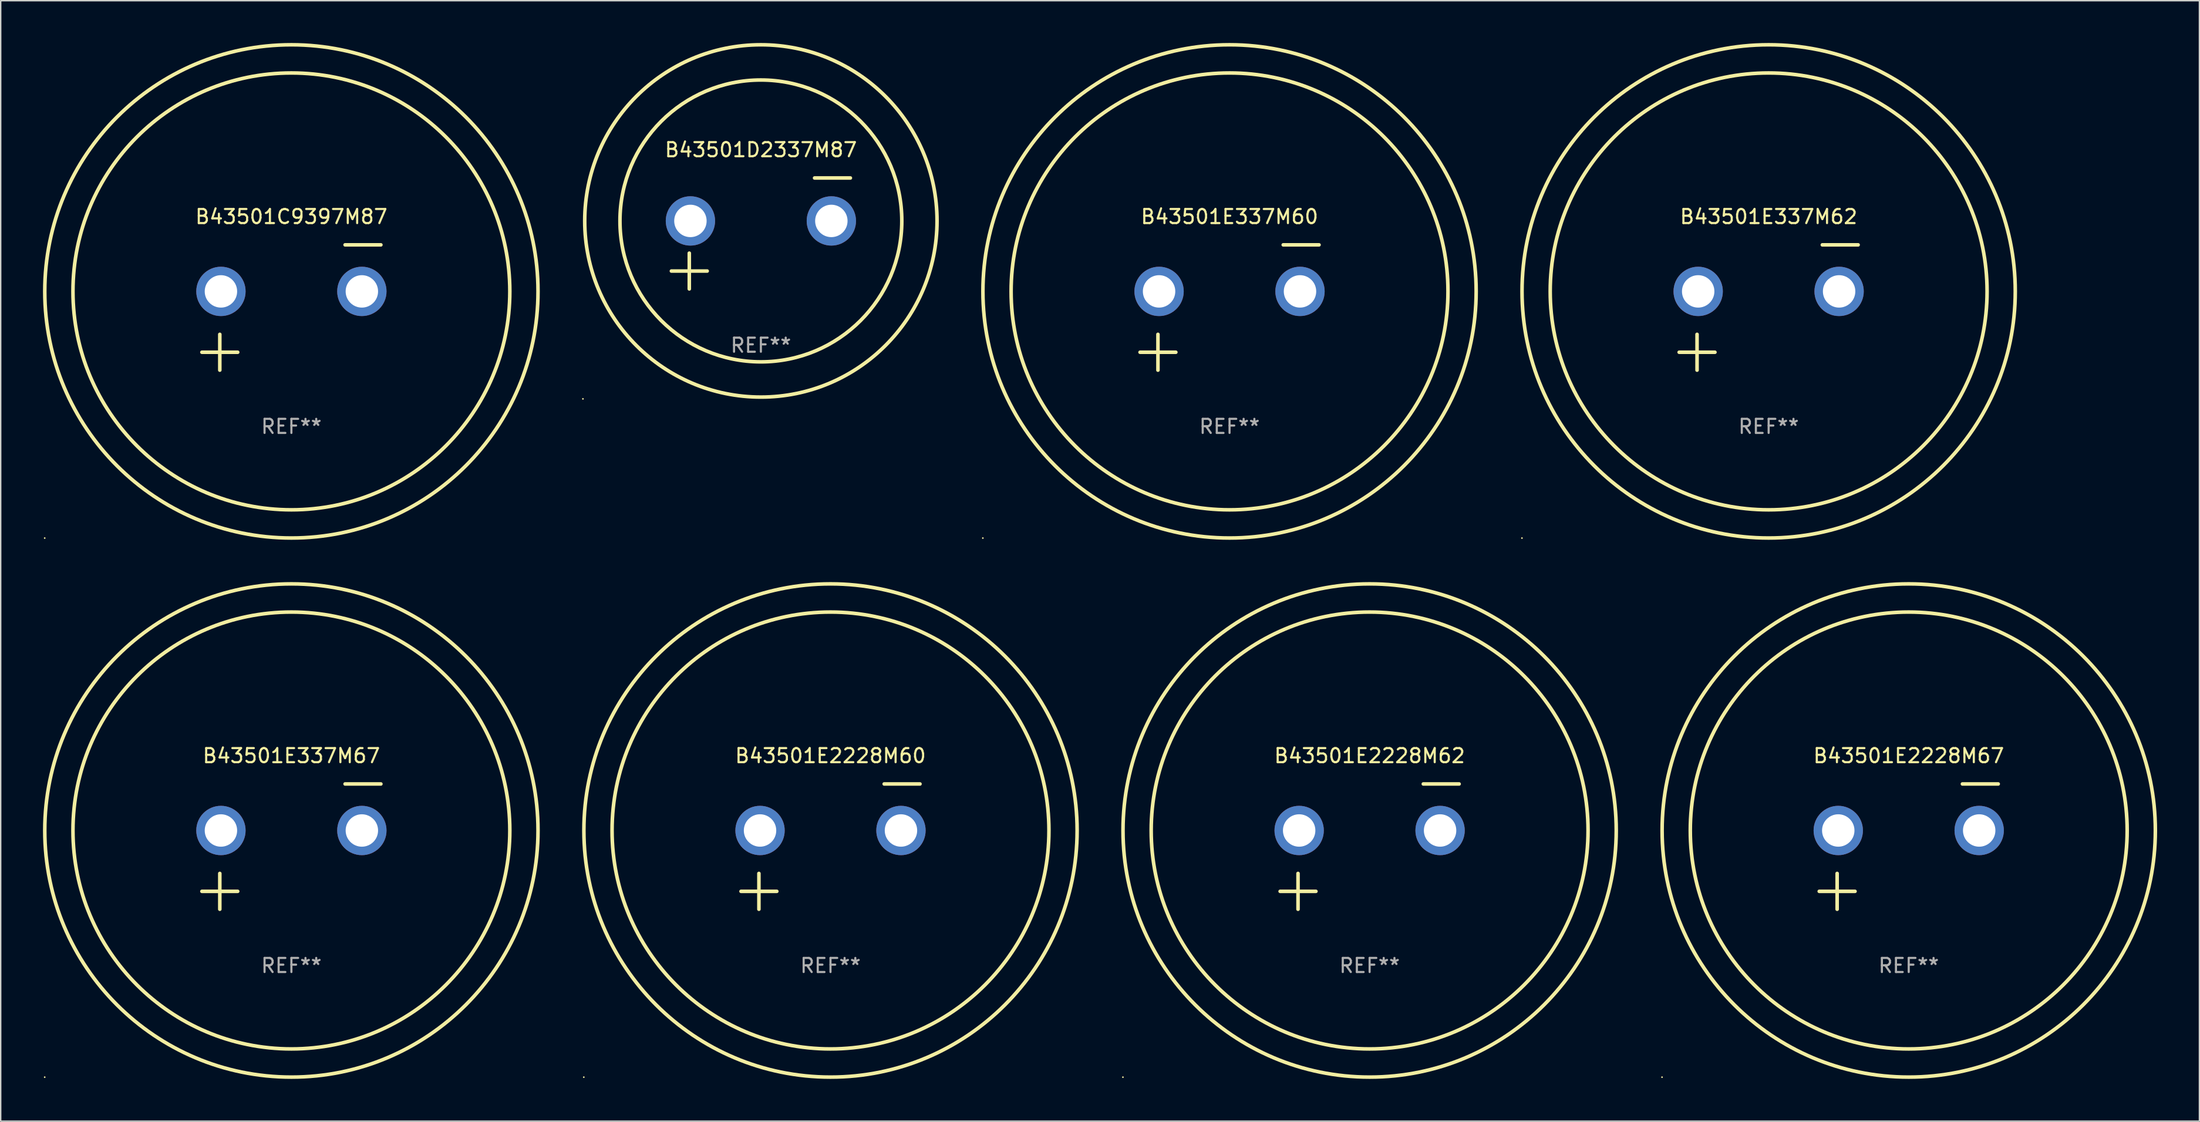
<source format=kicad_pcb>
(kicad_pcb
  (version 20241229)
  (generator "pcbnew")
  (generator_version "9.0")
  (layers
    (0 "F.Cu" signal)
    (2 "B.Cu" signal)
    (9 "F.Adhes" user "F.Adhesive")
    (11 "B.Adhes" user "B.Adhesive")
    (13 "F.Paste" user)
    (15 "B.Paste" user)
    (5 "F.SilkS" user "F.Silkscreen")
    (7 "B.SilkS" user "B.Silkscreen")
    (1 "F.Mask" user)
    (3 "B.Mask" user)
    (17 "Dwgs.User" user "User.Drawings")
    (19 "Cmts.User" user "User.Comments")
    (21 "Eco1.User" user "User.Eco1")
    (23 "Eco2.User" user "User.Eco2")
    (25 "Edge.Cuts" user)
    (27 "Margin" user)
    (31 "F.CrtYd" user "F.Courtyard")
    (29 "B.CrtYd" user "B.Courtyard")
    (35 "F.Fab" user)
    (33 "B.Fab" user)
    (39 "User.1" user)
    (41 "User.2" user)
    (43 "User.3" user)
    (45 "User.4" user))
  (footprint "B43501D2337M87"
    (layer "F.Cu")
    (at 50.941 13.516)
    (property "Reference" "B43501D2337M87" (at 0 -5.937 0) (layer "F.SilkS") (effects (font (size 1 1) (thickness 0.15))))
    (attr through_hole)
    (fp_line (start -6.35 2.667) (end -3.81 2.667) (stroke (width 0.254) (type solid)) (layer "F.SilkS"))
    (fp_line (start -5.08 1.397) (end -5.08 3.937) (stroke (width 0.254) (type solid)) (layer "F.SilkS"))
    (fp_line (start 3.81 -3.937) (end 6.35 -3.937) (stroke (width 0.254) (type solid)) (layer "F.SilkS"))
    (fp_circle (center -12.627 11.738) (end -12.597 11.738) (stroke (width 0.06) (type solid)) (fill no) (layer "F.SilkS"))
    (fp_circle (center 0 -0.889) (end 10 -0.889) (stroke (width 0.254) (type solid)) (fill no) (layer "F.SilkS"))
    (fp_circle (center 0 -0.889) (end 12.5 -0.889) (stroke (width 0.254) (type solid)) (fill no) (layer "F.SilkS"))
    (fp_text user "REF**" (at 0 7.937 0) (layer "F.Fab") (effects (font (size 1 1) (thickness 0.15))))
    (pad "1" thru_hole circle (at -5 -0.889) (size 3.5 3.5) (drill 2.3) (layers "*.Cu" "*.Mask"))
    (pad "2" thru_hole circle (at 5 -0.889) (size 3.5 3.5) (drill 2.3) (layers "*.Cu" "*.Mask")))
  (footprint "B43501E337M62"
    (layer "F.Cu")
    (at 122.45 18.77)
    (property "Reference" "B43501E337M62" (at 0 -6.445 0) (layer "F.SilkS") (effects (font (size 1 1) (thickness 0.15))))
    (attr through_hole)
    (fp_line (start -6.35 3.175) (end -3.81 3.175) (stroke (width 0.254) (type solid)) (layer "F.SilkS"))
    (fp_line (start -5.08 1.905) (end -5.08 4.445) (stroke (width 0.254) (type solid)) (layer "F.SilkS"))
    (fp_line (start 3.81 -4.445) (end 6.35 -4.445) (stroke (width 0.254) (type solid)) (layer "F.SilkS"))
    (fp_circle (center -17.505 16.362) (end -17.475 16.362) (stroke (width 0.06) (type solid)) (fill no) (layer "F.SilkS"))
    (fp_circle (center 0 -1.143) (end 15.5 -1.143) (stroke (width 0.254) (type solid)) (fill no) (layer "F.SilkS"))
    (fp_circle (center 0 -1.143) (end 17.5 -1.143) (stroke (width 0.254) (type solid)) (fill no) (layer "F.SilkS"))
    (fp_text user "REF**" (at 0 8.445 0) (layer "F.Fab") (effects (font (size 1 1) (thickness 0.15))))
    (pad "1" thru_hole circle (at -5 -1.143) (size 3.5 3.5) (drill 2.3) (layers "*.Cu" "*.Mask"))
    (pad "2" thru_hole circle (at 5 -1.143) (size 3.5 3.5) (drill 2.3) (layers "*.Cu" "*.Mask")))
  (footprint "B43501C9397M87"
    (layer "F.Cu")
    (at 17.627 18.77)
    (property "Reference" "B43501C9397M87" (at 0 -6.445 0) (layer "F.SilkS") (effects (font (size 1 1) (thickness 0.15))))
    (attr through_hole)
    (fp_line (start -6.35 3.175) (end -3.81 3.175) (stroke (width 0.254) (type solid)) (layer "F.SilkS"))
    (fp_line (start -5.08 1.905) (end -5.08 4.445) (stroke (width 0.254) (type solid)) (layer "F.SilkS"))
    (fp_line (start 3.81 -4.445) (end 6.35 -4.445) (stroke (width 0.254) (type solid)) (layer "F.SilkS"))
    (fp_circle (center -17.505 16.362) (end -17.475 16.362) (stroke (width 0.06) (type solid)) (fill no) (layer "F.SilkS"))
    (fp_circle (center 0 -1.143) (end 15.5 -1.143) (stroke (width 0.254) (type solid)) (fill no) (layer "F.SilkS"))
    (fp_circle (center 0 -1.143) (end 17.5 -1.143) (stroke (width 0.254) (type solid)) (fill no) (layer "F.SilkS"))
    (fp_text user "REF**" (at 0 8.445 0) (layer "F.Fab") (effects (font (size 1 1) (thickness 0.15))))
    (pad "1" thru_hole circle (at -5 -1.143) (size 3.5 3.5) (drill 2.3) (layers "*.Cu" "*.Mask"))
    (pad "2" thru_hole circle (at 5 -1.143) (size 3.5 3.5) (drill 2.3) (layers "*.Cu" "*.Mask")))
  (footprint "B43501E337M60"
    (layer "F.Cu")
    (at 84.196 18.77)
    (property "Reference" "B43501E337M60" (at 0 -6.445 0) (layer "F.SilkS") (effects (font (size 1 1) (thickness 0.15))))
    (attr through_hole)
    (fp_line (start -6.35 3.175) (end -3.81 3.175) (stroke (width 0.254) (type solid)) (layer "F.SilkS"))
    (fp_line (start -5.08 1.905) (end -5.08 4.445) (stroke (width 0.254) (type solid)) (layer "F.SilkS"))
    (fp_line (start 3.81 -4.445) (end 6.35 -4.445) (stroke (width 0.254) (type solid)) (layer "F.SilkS"))
    (fp_circle (center -17.505 16.362) (end -17.475 16.362) (stroke (width 0.06) (type solid)) (fill no) (layer "F.SilkS"))
    (fp_circle (center 0 -1.143) (end 15.5 -1.143) (stroke (width 0.254) (type solid)) (fill no) (layer "F.SilkS"))
    (fp_circle (center 0 -1.143) (end 17.5 -1.143) (stroke (width 0.254) (type solid)) (fill no) (layer "F.SilkS"))
    (fp_text user "REF**" (at 0 8.445 0) (layer "F.Fab") (effects (font (size 1 1) (thickness 0.15))))
    (pad "1" thru_hole circle (at -5 -1.143) (size 3.5 3.5) (drill 2.3) (layers "*.Cu" "*.Mask"))
    (pad "2" thru_hole circle (at 5 -1.143) (size 3.5 3.5) (drill 2.3) (layers "*.Cu" "*.Mask")))
  (footprint "B43501E2228M62"
    (layer "F.Cu")
    (at 94.136 57.024)
    (property "Reference" "B43501E2228M62" (at 0 -6.445 0) (layer "F.SilkS") (effects (font (size 1 1) (thickness 0.15))))
    (attr through_hole)
    (fp_line (start -6.35 3.175) (end -3.81 3.175) (stroke (width 0.254) (type solid)) (layer "F.SilkS"))
    (fp_line (start -5.08 1.905) (end -5.08 4.445) (stroke (width 0.254) (type solid)) (layer "F.SilkS"))
    (fp_line (start 3.81 -4.445) (end 6.35 -4.445) (stroke (width 0.254) (type solid)) (layer "F.SilkS"))
    (fp_circle (center -17.505 16.362) (end -17.475 16.362) (stroke (width 0.06) (type solid)) (fill no) (layer "F.SilkS"))
    (fp_circle (center 0 -1.143) (end 15.5 -1.143) (stroke (width 0.254) (type solid)) (fill no) (layer "F.SilkS"))
    (fp_circle (center 0 -1.143) (end 17.5 -1.143) (stroke (width 0.254) (type solid)) (fill no) (layer "F.SilkS"))
    (fp_text user "REF**" (at 0 8.445 0) (layer "F.Fab") (effects (font (size 1 1) (thickness 0.15))))
    (pad "1" thru_hole circle (at -5 -1.143) (size 3.5 3.5) (drill 2.3) (layers "*.Cu" "*.Mask"))
    (pad "2" thru_hole circle (at 5 -1.143) (size 3.5 3.5) (drill 2.3) (layers "*.Cu" "*.Mask")))
  (footprint "B43501E2228M60"
    (layer "F.Cu")
    (at 55.881 57.024)
    (property "Reference" "B43501E2228M60" (at 0 -6.445 0) (layer "F.SilkS") (effects (font (size 1 1) (thickness 0.15))))
    (attr through_hole)
    (fp_line (start -6.35 3.175) (end -3.81 3.175) (stroke (width 0.254) (type solid)) (layer "F.SilkS"))
    (fp_line (start -5.08 1.905) (end -5.08 4.445) (stroke (width 0.254) (type solid)) (layer "F.SilkS"))
    (fp_line (start 3.81 -4.445) (end 6.35 -4.445) (stroke (width 0.254) (type solid)) (layer "F.SilkS"))
    (fp_circle (center -17.505 16.362) (end -17.475 16.362) (stroke (width 0.06) (type solid)) (fill no) (layer "F.SilkS"))
    (fp_circle (center 0 -1.143) (end 15.5 -1.143) (stroke (width 0.254) (type solid)) (fill no) (layer "F.SilkS"))
    (fp_circle (center 0 -1.143) (end 17.5 -1.143) (stroke (width 0.254) (type solid)) (fill no) (layer "F.SilkS"))
    (fp_text user "REF**" (at 0 8.445 0) (layer "F.Fab") (effects (font (size 1 1) (thickness 0.15))))
    (pad "1" thru_hole circle (at -5 -1.143) (size 3.5 3.5) (drill 2.3) (layers "*.Cu" "*.Mask"))
    (pad "2" thru_hole circle (at 5 -1.143) (size 3.5 3.5) (drill 2.3) (layers "*.Cu" "*.Mask")))
  (footprint "B43501E337M67"
    (layer "F.Cu")
    (at 17.627 57.024)
    (property "Reference" "B43501E337M67" (at 0 -6.445 0) (layer "F.SilkS") (effects (font (size 1 1) (thickness 0.15))))
    (attr through_hole)
    (fp_line (start -6.35 3.175) (end -3.81 3.175) (stroke (width 0.254) (type solid)) (layer "F.SilkS"))
    (fp_line (start -5.08 1.905) (end -5.08 4.445) (stroke (width 0.254) (type solid)) (layer "F.SilkS"))
    (fp_line (start 3.81 -4.445) (end 6.35 -4.445) (stroke (width 0.254) (type solid)) (layer "F.SilkS"))
    (fp_circle (center -17.505 16.362) (end -17.475 16.362) (stroke (width 0.06) (type solid)) (fill no) (layer "F.SilkS"))
    (fp_circle (center 0 -1.143) (end 15.5 -1.143) (stroke (width 0.254) (type solid)) (fill no) (layer "F.SilkS"))
    (fp_circle (center 0 -1.143) (end 17.5 -1.143) (stroke (width 0.254) (type solid)) (fill no) (layer "F.SilkS"))
    (fp_text user "REF**" (at 0 8.445 0) (layer "F.Fab") (effects (font (size 1 1) (thickness 0.15))))
    (pad "1" thru_hole circle (at -5 -1.143) (size 3.5 3.5) (drill 2.3) (layers "*.Cu" "*.Mask"))
    (pad "2" thru_hole circle (at 5 -1.143) (size 3.5 3.5) (drill 2.3) (layers "*.Cu" "*.Mask")))
  (footprint "B43501E2228M67"
    (layer "F.Cu")
    (at 132.39 57.024)
    (property "Reference" "B43501E2228M67" (at 0 -6.445 0) (layer "F.SilkS") (effects (font (size 1 1) (thickness 0.15))))
    (attr through_hole)
    (fp_line (start -6.35 3.175) (end -3.81 3.175) (stroke (width 0.254) (type solid)) (layer "F.SilkS"))
    (fp_line (start -5.08 1.905) (end -5.08 4.445) (stroke (width 0.254) (type solid)) (layer "F.SilkS"))
    (fp_line (start 3.81 -4.445) (end 6.35 -4.445) (stroke (width 0.254) (type solid)) (layer "F.SilkS"))
    (fp_circle (center -17.505 16.362) (end -17.475 16.362) (stroke (width 0.06) (type solid)) (fill no) (layer "F.SilkS"))
    (fp_circle (center 0 -1.143) (end 15.5 -1.143) (stroke (width 0.254) (type solid)) (fill no) (layer "F.SilkS"))
    (fp_circle (center 0 -1.143) (end 17.5 -1.143) (stroke (width 0.254) (type solid)) (fill no) (layer "F.SilkS"))
    (fp_text user "REF**" (at 0 8.445 0) (layer "F.Fab") (effects (font (size 1 1) (thickness 0.15))))
    (pad "1" thru_hole circle (at -5 -1.143) (size 3.5 3.5) (drill 2.3) (layers "*.Cu" "*.Mask"))
    (pad "2" thru_hole circle (at 5 -1.143) (size 3.5 3.5) (drill 2.3) (layers "*.Cu" "*.Mask")))
  (gr_rect
    (start -3 -3)
    (end 153.017 76.509)
    (stroke (width 0.1) (type default))
    (fill no)
    (layer "Edge.Cuts")))
</source>
